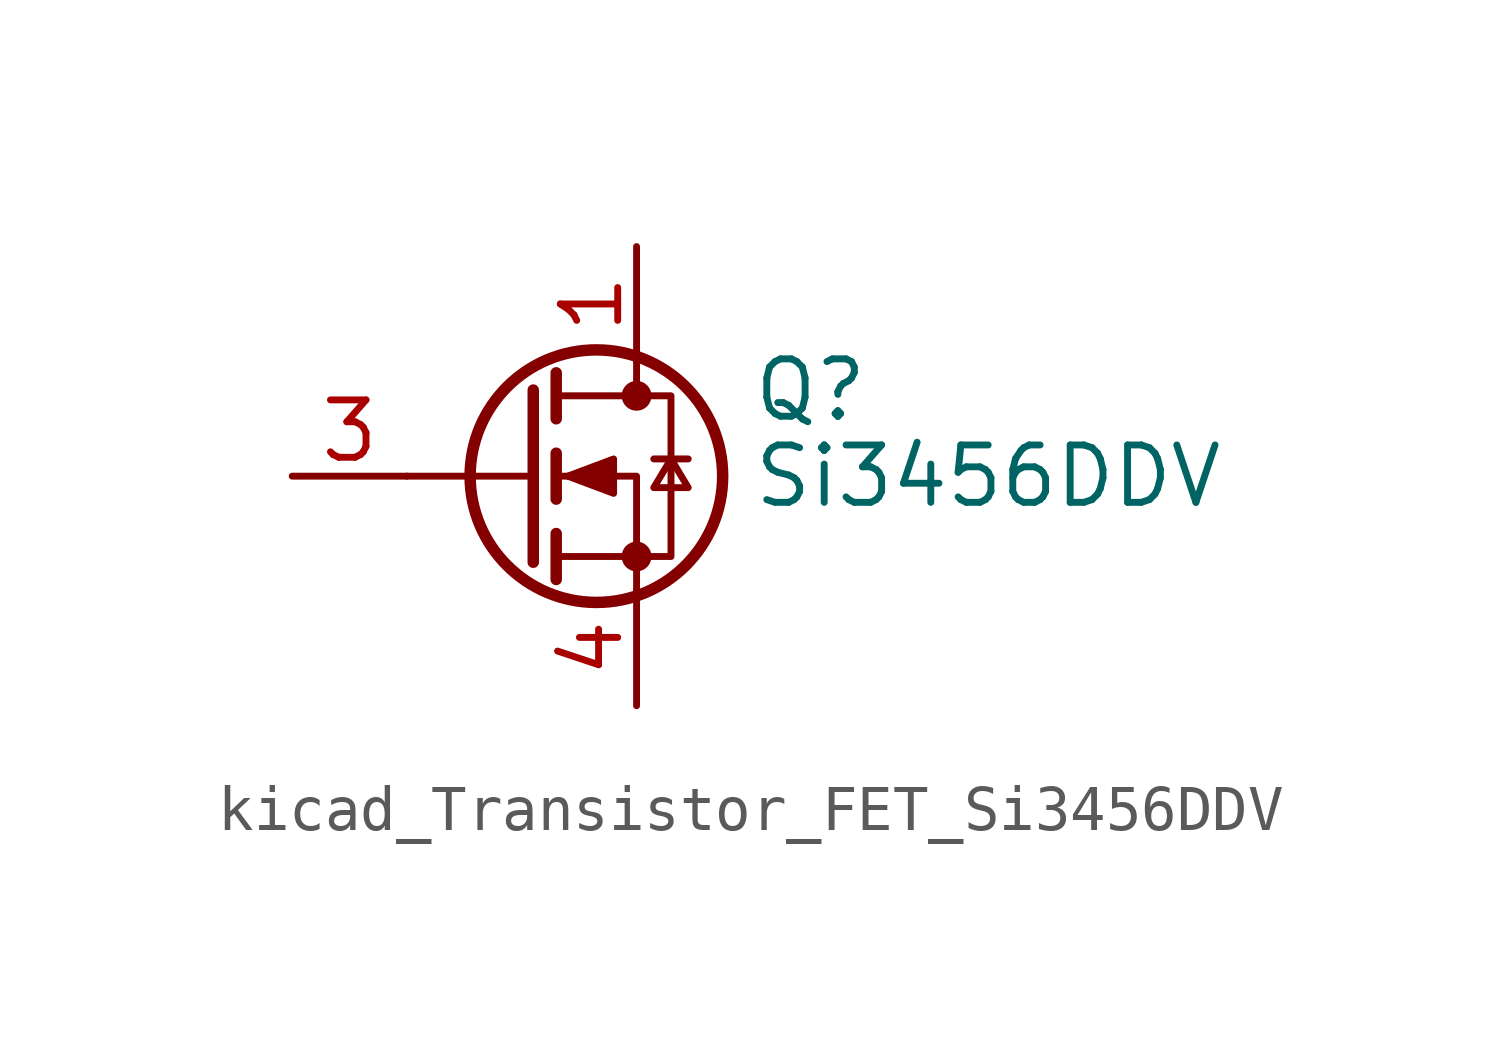
<source format=kicad_sym>
(kicad_symbol_lib
  (version 20220914)
  (generator kicad_symbol_editor)
  (symbol "kicad_Transistor_FET_Si3456DDV"
    (pin_names hide)
    (property "Reference" "Q"
      (at 5.08 1.905 0)
      (effects (font (size 1.27 1.27)) (justify left)))
    (property "Value" "Si3456DDV"
      (at 5.08 0 0)
      (effects (font (size 1.27 1.27)) (justify left)))
    (symbol "kicad_Transistor_FET_Si3456DDV_0_1"
      (polyline (pts (xy 0.254 0) (xy -2.54 0)) (stroke (width 0) (type default)) (fill (type none)))
      (polyline (pts (xy 0.254 1.905) (xy 0.254 -1.905)) (stroke (width 0.254) (type default)) (fill (type none)))
      (polyline (pts (xy 0.762 -1.27) (xy 0.762 -2.286)) (stroke (width 0.254) (type default)) (fill (type none)))
      (polyline (pts (xy 0.762 0.508) (xy 0.762 -0.508)) (stroke (width 0.254) (type default)) (fill (type none)))
      (polyline (pts (xy 0.762 2.286) (xy 0.762 1.27)) (stroke (width 0.254) (type default)) (fill (type none)))
      (polyline (pts (xy 2.54 2.54) (xy 2.54 1.778)) (stroke (width 0) (type default)) (fill (type none)))
      (polyline (pts (xy 2.921 0.381) (xy 3.683 0.381)) (stroke (width 0) (type default)) (fill (type none)))
      (polyline (pts (xy 2.54 -2.54) (xy 2.54 0) (xy 0.762 0)) (stroke (width 0) (type default)) (fill (type none)))
      (polyline (pts (xy 0.762 -1.778) (xy 3.302 -1.778) (xy 3.302 1.778) (xy 0.762 1.778)) (stroke (width 0) (type default)) (fill (type none)))
      (polyline (pts (xy 1.016 0) (xy 2.032 0.381) (xy 2.032 -0.381) (xy 1.016 0)) (stroke (width 0) (type default)) (fill (type outline)))
      (polyline (pts (xy 3.302 0.381) (xy 2.921 -0.254) (xy 3.683 -0.254) (xy 3.302 0.381)) (stroke (width 0) (type default)) (fill (type none)))
      (circle (center 1.651 0) (radius 2.794) (stroke (width 0.254) (type default)) (fill (type none)))
      (circle (center 2.54 -1.778) (radius 0.254) (stroke (width 0) (type default)) (fill (type outline)))
      (circle (center 2.54 1.778) (radius 0.254) (stroke (width 0) (type default)) (fill (type outline))))
    (symbol "kicad_Transistor_FET_Si3456DDV_1_1"
      (pin passive line (at 2.54 5.08 270) (length 2.54) (name "D" (effects (font (size 1.27 1.27)))) (number "1" (effects (font (size 1.27 1.27)))))
      (pin passive line (at 2.54 5.08 270) (length 2.54) hide (name "D" (effects (font (size 1.27 1.27)))) (number "2" (effects (font (size 1.27 1.27)))))
      (pin input line (at -5.08 0 0) (length 2.54) (name "G" (effects (font (size 1.27 1.27)))) (number "3" (effects (font (size 1.27 1.27)))))
      (pin passive line (at 2.54 -5.08 90) (length 2.54) (name "S" (effects (font (size 1.27 1.27)))) (number "4" (effects (font (size 1.27 1.27)))))
      (pin passive line (at 2.54 5.08 270) (length 2.54) hide (name "D" (effects (font (size 1.27 1.27)))) (number "5" (effects (font (size 1.27 1.27)))))
      (pin passive line (at 2.54 5.08 270) (length 2.54) hide (name "D" (effects (font (size 1.27 1.27)))) (number "6" (effects (font (size 1.27 1.27))))))))
</source>
